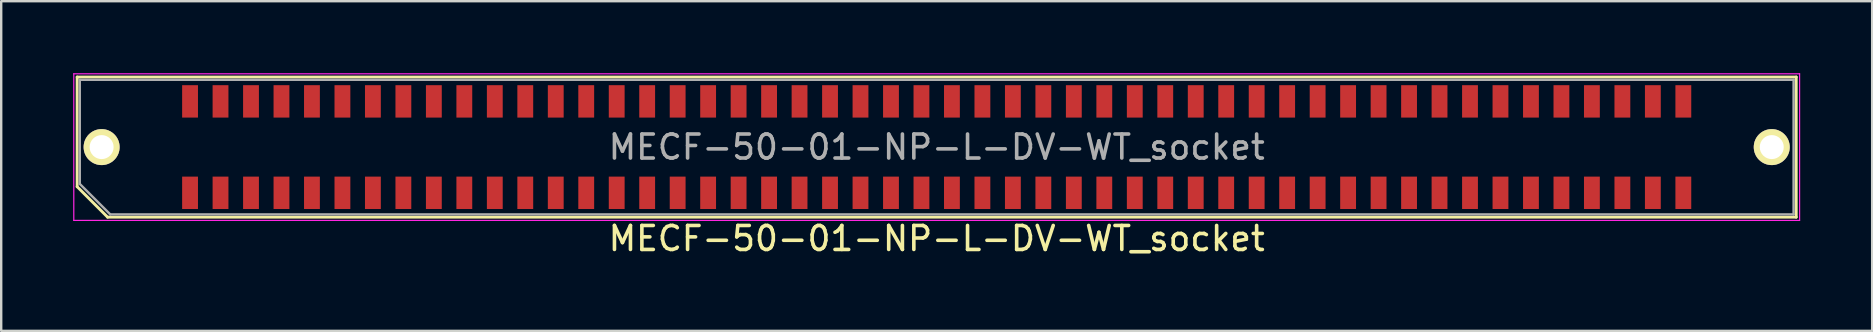
<source format=kicad_pcb>
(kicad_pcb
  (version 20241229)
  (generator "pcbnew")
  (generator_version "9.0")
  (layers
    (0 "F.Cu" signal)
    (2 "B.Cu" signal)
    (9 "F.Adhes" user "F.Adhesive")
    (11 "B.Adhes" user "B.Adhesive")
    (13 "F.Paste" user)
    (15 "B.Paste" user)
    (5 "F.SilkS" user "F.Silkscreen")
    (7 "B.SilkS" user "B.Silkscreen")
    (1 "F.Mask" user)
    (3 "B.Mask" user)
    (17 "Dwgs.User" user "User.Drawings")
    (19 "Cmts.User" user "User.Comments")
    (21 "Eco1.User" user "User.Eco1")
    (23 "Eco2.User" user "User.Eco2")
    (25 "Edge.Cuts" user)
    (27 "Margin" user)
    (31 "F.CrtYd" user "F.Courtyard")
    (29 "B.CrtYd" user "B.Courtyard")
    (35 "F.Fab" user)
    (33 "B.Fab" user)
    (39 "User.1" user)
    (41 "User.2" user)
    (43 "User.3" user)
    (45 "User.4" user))
  (footprint "MECF-50-01-NP-L-DV-WT_socket"
    (layer "F.Cu")
    (at 35.985 3.08)
    (property "Reference" "MECF-50-01-NP-L-DV-WT_socket" (at 0 3.81 0) (layer "F.SilkS") (effects (font (size 1 1) (thickness 0.15))))
    (attr smd)
    (fp_line (start -35.82 -2.92) (end 35.82 -2.92) (stroke (width 0.12) (type solid)) (layer "F.SilkS"))
    (fp_line (start -35.82 1.65) (end -35.82 -2.92) (stroke (width 0.12) (type solid)) (layer "F.SilkS"))
    (fp_line (start -34.55 2.92) (end -35.82 1.65) (stroke (width 0.12) (type solid)) (layer "F.SilkS"))
    (fp_line (start -34.55 2.92) (end 35.82 2.92) (stroke (width 0.12) (type solid)) (layer "F.SilkS"))
    (fp_line (start 35.82 2.92) (end 35.82 -2.92) (stroke (width 0.12) (type solid)) (layer "F.SilkS"))
    (fp_line (start -35.96 -3.055) (end -35.96 3.055) (stroke (width 0.05) (type solid)) (layer "F.CrtYd"))
    (fp_line (start -35.96 3.055) (end 35.96 3.055) (stroke (width 0.05) (type solid)) (layer "F.CrtYd"))
    (fp_line (start 35.96 -3.055) (end -35.96 -3.055) (stroke (width 0.05) (type solid)) (layer "F.CrtYd"))
    (fp_line (start 35.96 3.055) (end 35.96 -3.055) (stroke (width 0.05) (type solid)) (layer "F.CrtYd"))
    (fp_line (start -35.71 -2.805) (end 35.71 -2.805) (stroke (width 0.1) (type solid)) (layer "F.Fab"))
    (fp_line (start -35.71 1.535) (end -35.71 -2.805) (stroke (width 0.1) (type solid)) (layer "F.Fab"))
    (fp_line (start -35.71 1.535) (end -34.44 2.805) (stroke (width 0.1) (type solid)) (layer "F.Fab"))
    (fp_line (start -34.44 2.805) (end 35.71 2.805) (stroke (width 0.1) (type solid)) (layer "F.Fab"))
    (fp_line (start 35.71 2.805) (end 35.71 -2.805) (stroke (width 0.1) (type solid)) (layer "F.Fab"))
    (fp_text user "${REFERENCE}" (at 0 0 0) (layer "F.Fab") (effects (font (size 1 1) (thickness 0.15))))
    (pad "" np_thru_hole circle (at -32.895 0) (size 0.001 0.001) (drill 1.45) (layers "*.Cu" "*.Mask" "F.SilkS"))
    (pad "" np_thru_hole circle (at 32.895 1) (size 0.001 0.001) (drill 1.45) (layers "*.Cu" "*.Mask" "F.SilkS"))
    (pad "1" smd rect (at -31.115 1.905) (size 0.66 1.35) (layers "F.Cu" "F.Mask" "F.Paste"))
    (pad "2" smd rect (at -31.115 -1.905) (size 0.66 1.35) (layers "F.Cu" "F.Mask" "F.Paste"))
    (pad "3" smd rect (at -29.845 1.905) (size 0.66 1.35) (layers "F.Cu" "F.Mask" "F.Paste"))
    (pad "4" smd rect (at -29.845 -1.905) (size 0.66 1.35) (layers "F.Cu" "F.Mask" "F.Paste"))
    (pad "5" smd rect (at -28.575 1.905) (size 0.66 1.35) (layers "F.Cu" "F.Mask" "F.Paste"))
    (pad "6" smd rect (at -28.575 -1.905) (size 0.66 1.35) (layers "F.Cu" "F.Mask" "F.Paste"))
    (pad "7" smd rect (at -27.305 1.905) (size 0.66 1.35) (layers "F.Cu" "F.Mask" "F.Paste"))
    (pad "8" smd rect (at -27.305 -1.905) (size 0.66 1.35) (layers "F.Cu" "F.Mask" "F.Paste"))
    (pad "9" smd rect (at -26.035 1.905) (size 0.66 1.35) (layers "F.Cu" "F.Mask" "F.Paste"))
    (pad "10" smd rect (at -26.035 -1.905) (size 0.66 1.35) (layers "F.Cu" "F.Mask" "F.Paste"))
    (pad "11" smd rect (at -24.765 1.905) (size 0.66 1.35) (layers "F.Cu" "F.Mask" "F.Paste"))
    (pad "12" smd rect (at -24.765 -1.905) (size 0.66 1.35) (layers "F.Cu" "F.Mask" "F.Paste"))
    (pad "13" smd rect (at -23.495 1.905) (size 0.66 1.35) (layers "F.Cu" "F.Mask" "F.Paste"))
    (pad "14" smd rect (at -23.495 -1.905) (size 0.66 1.35) (layers "F.Cu" "F.Mask" "F.Paste"))
    (pad "15" smd rect (at -22.225 1.905) (size 0.66 1.35) (layers "F.Cu" "F.Mask" "F.Paste"))
    (pad "16" smd rect (at -22.225 -1.905) (size 0.66 1.35) (layers "F.Cu" "F.Mask" "F.Paste"))
    (pad "17" smd rect (at -20.955 1.905) (size 0.66 1.35) (layers "F.Cu" "F.Mask" "F.Paste"))
    (pad "18" smd rect (at -20.955 -1.905) (size 0.66 1.35) (layers "F.Cu" "F.Mask" "F.Paste"))
    (pad "19" smd rect (at -19.685 1.905) (size 0.66 1.35) (layers "F.Cu" "F.Mask" "F.Paste"))
    (pad "20" smd rect (at -19.685 -1.905) (size 0.66 1.35) (layers "F.Cu" "F.Mask" "F.Paste"))
    (pad "21" smd rect (at -18.415 1.905) (size 0.66 1.35) (layers "F.Cu" "F.Mask" "F.Paste"))
    (pad "22" smd rect (at -18.415 -1.905) (size 0.66 1.35) (layers "F.Cu" "F.Mask" "F.Paste"))
    (pad "23" smd rect (at -17.145 1.905) (size 0.66 1.35) (layers "F.Cu" "F.Mask" "F.Paste"))
    (pad "24" smd rect (at -17.145 -1.905) (size 0.66 1.35) (layers "F.Cu" "F.Mask" "F.Paste"))
    (pad "25" smd rect (at -15.875 1.905) (size 0.66 1.35) (layers "F.Cu" "F.Mask" "F.Paste"))
    (pad "26" smd rect (at -15.875 -1.905) (size 0.66 1.35) (layers "F.Cu" "F.Mask" "F.Paste"))
    (pad "27" smd rect (at -14.605 1.905) (size 0.66 1.35) (layers "F.Cu" "F.Mask" "F.Paste"))
    (pad "28" smd rect (at -14.605 -1.905) (size 0.66 1.35) (layers "F.Cu" "F.Mask" "F.Paste"))
    (pad "29" smd rect (at -13.335 1.905) (size 0.66 1.35) (layers "F.Cu" "F.Mask" "F.Paste"))
    (pad "30" smd rect (at -13.335 -1.905) (size 0.66 1.35) (layers "F.Cu" "F.Mask" "F.Paste"))
    (pad "31" smd rect (at -12.065 1.905) (size 0.66 1.35) (layers "F.Cu" "F.Mask" "F.Paste"))
    (pad "32" smd rect (at -12.065 -1.905) (size 0.66 1.35) (layers "F.Cu" "F.Mask" "F.Paste"))
    (pad "33" smd rect (at -10.795 1.905) (size 0.66 1.35) (layers "F.Cu" "F.Mask" "F.Paste"))
    (pad "34" smd rect (at -10.795 -1.905) (size 0.66 1.35) (layers "F.Cu" "F.Mask" "F.Paste"))
    (pad "35" smd rect (at -9.525 1.905) (size 0.66 1.35) (layers "F.Cu" "F.Mask" "F.Paste"))
    (pad "36" smd rect (at -9.525 -1.905) (size 0.66 1.35) (layers "F.Cu" "F.Mask" "F.Paste"))
    (pad "37" smd rect (at -8.255 1.905) (size 0.66 1.35) (layers "F.Cu" "F.Mask" "F.Paste"))
    (pad "38" smd rect (at -8.255 -1.905) (size 0.66 1.35) (layers "F.Cu" "F.Mask" "F.Paste"))
    (pad "39" smd rect (at -6.985 1.905) (size 0.66 1.35) (layers "F.Cu" "F.Mask" "F.Paste"))
    (pad "40" smd rect (at -6.985 -1.905) (size 0.66 1.35) (layers "F.Cu" "F.Mask" "F.Paste"))
    (pad "41" smd rect (at -5.715 1.905) (size 0.66 1.35) (layers "F.Cu" "F.Mask" "F.Paste"))
    (pad "42" smd rect (at -5.715 -1.905) (size 0.66 1.35) (layers "F.Cu" "F.Mask" "F.Paste"))
    (pad "43" smd rect (at -4.445 1.905) (size 0.66 1.35) (layers "F.Cu" "F.Mask" "F.Paste"))
    (pad "44" smd rect (at -4.445 -1.905) (size 0.66 1.35) (layers "F.Cu" "F.Mask" "F.Paste"))
    (pad "45" smd rect (at -3.175 1.905) (size 0.66 1.35) (layers "F.Cu" "F.Mask" "F.Paste"))
    (pad "46" smd rect (at -3.175 -1.905) (size 0.66 1.35) (layers "F.Cu" "F.Mask" "F.Paste"))
    (pad "47" smd rect (at -1.905 1.905) (size 0.66 1.35) (layers "F.Cu" "F.Mask" "F.Paste"))
    (pad "48" smd rect (at -1.905 -1.905) (size 0.66 1.35) (layers "F.Cu" "F.Mask" "F.Paste"))
    (pad "49" smd rect (at -0.635 1.905) (size 0.66 1.35) (layers "F.Cu" "F.Mask" "F.Paste"))
    (pad "50" smd rect (at -0.635 -1.905) (size 0.66 1.35) (layers "F.Cu" "F.Mask" "F.Paste"))
    (pad "51" smd rect (at 0.635 1.905) (size 0.66 1.35) (layers "F.Cu" "F.Mask" "F.Paste"))
    (pad "52" smd rect (at 0.635 -1.905) (size 0.66 1.35) (layers "F.Cu" "F.Mask" "F.Paste"))
    (pad "53" smd rect (at 1.905 1.905) (size 0.66 1.35) (layers "F.Cu" "F.Mask" "F.Paste"))
    (pad "54" smd rect (at 1.905 -1.905) (size 0.66 1.35) (layers "F.Cu" "F.Mask" "F.Paste"))
    (pad "55" smd rect (at 3.175 1.905) (size 0.66 1.35) (layers "F.Cu" "F.Mask" "F.Paste"))
    (pad "56" smd rect (at 3.175 -1.905) (size 0.66 1.35) (layers "F.Cu" "F.Mask" "F.Paste"))
    (pad "57" smd rect (at 4.445 1.905) (size 0.66 1.35) (layers "F.Cu" "F.Mask" "F.Paste"))
    (pad "58" smd rect (at 4.445 -1.905) (size 0.66 1.35) (layers "F.Cu" "F.Mask" "F.Paste"))
    (pad "59" smd rect (at 5.715 1.905) (size 0.66 1.35) (layers "F.Cu" "F.Mask" "F.Paste"))
    (pad "60" smd rect (at 5.715 -1.905) (size 0.66 1.35) (layers "F.Cu" "F.Mask" "F.Paste"))
    (pad "61" smd rect (at 6.985 1.905) (size 0.66 1.35) (layers "F.Cu" "F.Mask" "F.Paste"))
    (pad "62" smd rect (at 6.985 -1.905) (size 0.66 1.35) (layers "F.Cu" "F.Mask" "F.Paste"))
    (pad "63" smd rect (at 8.255 1.905) (size 0.66 1.35) (layers "F.Cu" "F.Mask" "F.Paste"))
    (pad "64" smd rect (at 8.255 -1.905) (size 0.66 1.35) (layers "F.Cu" "F.Mask" "F.Paste"))
    (pad "65" smd rect (at 9.525 1.905) (size 0.66 1.35) (layers "F.Cu" "F.Mask" "F.Paste"))
    (pad "66" smd rect (at 9.525 -1.905) (size 0.66 1.35) (layers "F.Cu" "F.Mask" "F.Paste"))
    (pad "67" smd rect (at 10.795 1.905) (size 0.66 1.35) (layers "F.Cu" "F.Mask" "F.Paste"))
    (pad "68" smd rect (at 10.795 -1.905) (size 0.66 1.35) (layers "F.Cu" "F.Mask" "F.Paste"))
    (pad "69" smd rect (at 12.065 1.905) (size 0.66 1.35) (layers "F.Cu" "F.Mask" "F.Paste"))
    (pad "70" smd rect (at 12.065 -1.905) (size 0.66 1.35) (layers "F.Cu" "F.Mask" "F.Paste"))
    (pad "71" smd rect (at 13.335 1.905) (size 0.66 1.35) (layers "F.Cu" "F.Mask" "F.Paste"))
    (pad "72" smd rect (at 13.335 -1.905) (size 0.66 1.35) (layers "F.Cu" "F.Mask" "F.Paste"))
    (pad "73" smd rect (at 14.605 1.905) (size 0.66 1.35) (layers "F.Cu" "F.Mask" "F.Paste"))
    (pad "74" smd rect (at 14.605 -1.905) (size 0.66 1.35) (layers "F.Cu" "F.Mask" "F.Paste"))
    (pad "75" smd rect (at 15.875 1.905) (size 0.66 1.35) (layers "F.Cu" "F.Mask" "F.Paste"))
    (pad "76" smd rect (at 15.875 -1.905) (size 0.66 1.35) (layers "F.Cu" "F.Mask" "F.Paste"))
    (pad "77" smd rect (at 17.145 1.905) (size 0.66 1.35) (layers "F.Cu" "F.Mask" "F.Paste"))
    (pad "78" smd rect (at 17.145 -1.905) (size 0.66 1.35) (layers "F.Cu" "F.Mask" "F.Paste"))
    (pad "79" smd rect (at 18.415 1.905) (size 0.66 1.35) (layers "F.Cu" "F.Mask" "F.Paste"))
    (pad "80" smd rect (at 18.415 -1.905) (size 0.66 1.35) (layers "F.Cu" "F.Mask" "F.Paste"))
    (pad "81" smd rect (at 19.685 1.905) (size 0.66 1.35) (layers "F.Cu" "F.Mask" "F.Paste"))
    (pad "82" smd rect (at 19.685 -1.905) (size 0.66 1.35) (layers "F.Cu" "F.Mask" "F.Paste"))
    (pad "83" smd rect (at 20.955 1.905) (size 0.66 1.35) (layers "F.Cu" "F.Mask" "F.Paste"))
    (pad "84" smd rect (at 20.955 -1.905) (size 0.66 1.35) (layers "F.Cu" "F.Mask" "F.Paste"))
    (pad "85" smd rect (at 22.225 1.905) (size 0.66 1.35) (layers "F.Cu" "F.Mask" "F.Paste"))
    (pad "86" smd rect (at 22.225 -1.905) (size 0.66 1.35) (layers "F.Cu" "F.Mask" "F.Paste"))
    (pad "87" smd rect (at 23.495 1.905) (size 0.66 1.35) (layers "F.Cu" "F.Mask" "F.Paste"))
    (pad "88" smd rect (at 23.495 -1.905) (size 0.66 1.35) (layers "F.Cu" "F.Mask" "F.Paste"))
    (pad "89" smd rect (at 24.765 1.905) (size 0.66 1.35) (layers "F.Cu" "F.Mask" "F.Paste"))
    (pad "90" smd rect (at 24.765 -1.905) (size 0.66 1.35) (layers "F.Cu" "F.Mask" "F.Paste"))
    (pad "91" smd rect (at 26.035 1.905) (size 0.66 1.35) (layers "F.Cu" "F.Mask" "F.Paste"))
    (pad "92" smd rect (at 26.035 -1.905) (size 0.66 1.35) (layers "F.Cu" "F.Mask" "F.Paste"))
    (pad "93" smd rect (at 27.305 1.905) (size 0.66 1.35) (layers "F.Cu" "F.Mask" "F.Paste"))
    (pad "94" smd rect (at 27.305 -1.905) (size 0.66 1.35) (layers "F.Cu" "F.Mask" "F.Paste"))
    (pad "95" smd rect (at 28.575 1.905) (size 0.66 1.35) (layers "F.Cu" "F.Mask" "F.Paste"))
    (pad "96" smd rect (at 28.575 -1.905) (size 0.66 1.35) (layers "F.Cu" "F.Mask" "F.Paste"))
    (pad "97" smd rect (at 29.845 1.905) (size 0.66 1.35) (layers "F.Cu" "F.Mask" "F.Paste"))
    (pad "98" smd rect (at 29.845 -1.905) (size 0.66 1.35) (layers "F.Cu" "F.Mask" "F.Paste"))
    (pad "99" smd rect (at 31.115 1.905) (size 0.66 1.35) (layers "F.Cu" "F.Mask" "F.Paste"))
    (pad "100" smd rect (at 31.115 -1.905) (size 0.66 1.35) (layers "F.Cu" "F.Mask" "F.Paste"))
    (pad "None" thru_hole circle (at -34.8 0) (size 1.5 1.5) (drill 1) (layers "*.Cu" "*.Mask" "F.SilkS"))
    (pad "None" thru_hole circle (at 34.8 0) (size 1.5 1.5) (drill 1) (layers "*.Cu" "*.Mask" "F.SilkS")))
  (gr_rect
    (start -3 -3)
    (end 74.97 10.738)
    (stroke (width 0.1) (type default))
    (fill no)
    (layer "Edge.Cuts")))
</source>
